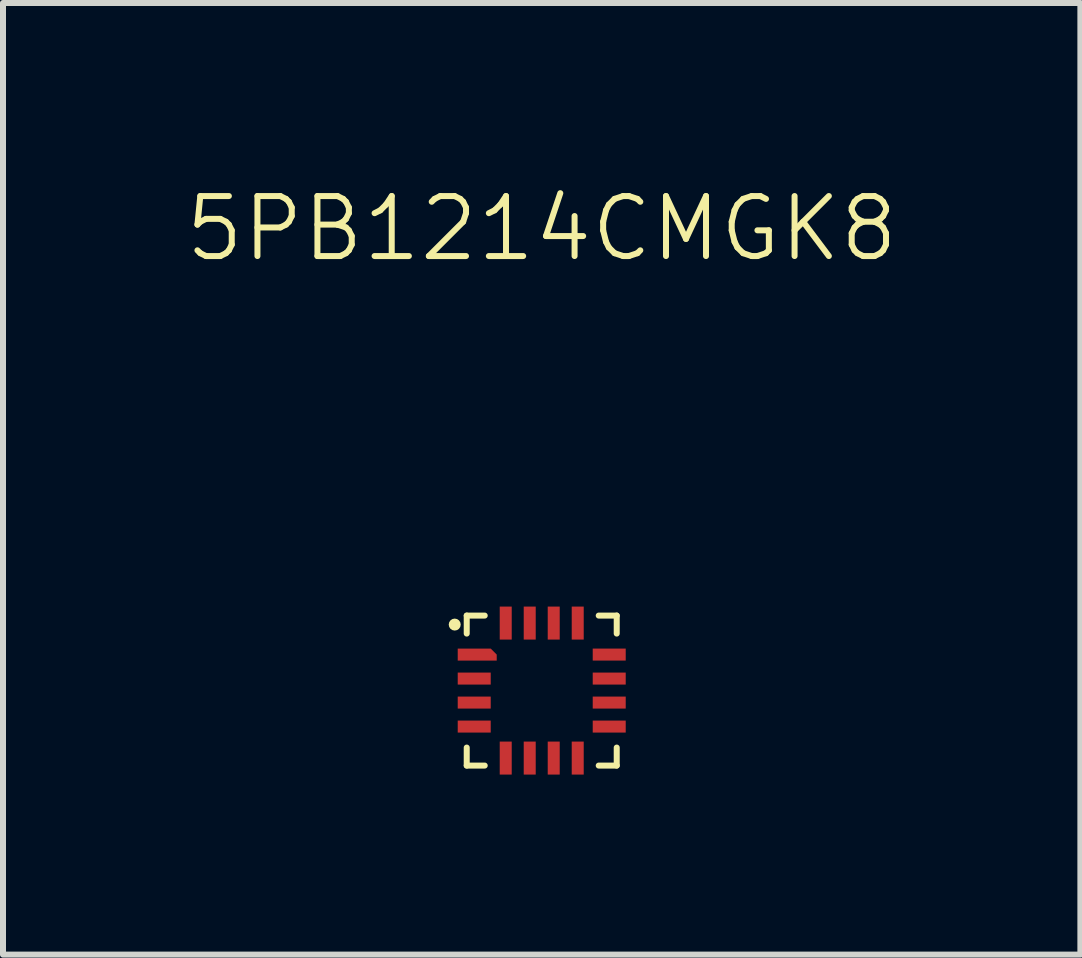
<source format=kicad_pcb>
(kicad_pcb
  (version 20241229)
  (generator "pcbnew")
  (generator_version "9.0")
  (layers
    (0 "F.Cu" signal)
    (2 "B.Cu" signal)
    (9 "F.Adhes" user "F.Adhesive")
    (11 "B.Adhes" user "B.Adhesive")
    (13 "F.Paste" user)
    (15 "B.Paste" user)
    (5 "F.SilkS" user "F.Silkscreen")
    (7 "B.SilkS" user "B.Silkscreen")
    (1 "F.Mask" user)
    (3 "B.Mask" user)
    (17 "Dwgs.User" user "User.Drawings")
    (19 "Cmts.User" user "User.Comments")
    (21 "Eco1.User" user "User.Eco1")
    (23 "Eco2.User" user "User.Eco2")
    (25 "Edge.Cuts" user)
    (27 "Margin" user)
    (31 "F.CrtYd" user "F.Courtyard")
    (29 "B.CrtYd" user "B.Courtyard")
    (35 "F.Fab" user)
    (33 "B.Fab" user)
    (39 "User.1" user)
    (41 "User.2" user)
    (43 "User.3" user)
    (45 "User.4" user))
  (footprint "5PB1214CMGK8"
    (layer "F.Cu")
    (at 5.979 8.46)
    (property "Reference" "5PB1214CMGK8" (at 0 -7.7 0) (unlocked yes) (layer "F.SilkS") (effects (font (size 1 1) (thickness 0.1))))
    (attr smd)
    (fp_line (start -1.25 -1.25) (end -0.95 -1.25) (stroke (width 0.1) (type default)) (layer "F.SilkS"))
    (fp_line (start -1.25 -0.95) (end -1.25 -1.25) (stroke (width 0.1) (type default)) (layer "F.SilkS"))
    (fp_line (start -1.25 1.25) (end -1.25 0.95) (stroke (width 0.1) (type default)) (layer "F.SilkS"))
    (fp_line (start -0.95 1.25) (end -1.25 1.25) (stroke (width 0.1) (type default)) (layer "F.SilkS"))
    (fp_line (start 0.95 -1.25) (end 1.25 -1.25) (stroke (width 0.1) (type default)) (layer "F.SilkS"))
    (fp_line (start 1.25 -1.25) (end 1.25 -0.95) (stroke (width 0.1) (type default)) (layer "F.SilkS"))
    (fp_line (start 1.25 0.95) (end 1.25 1.25) (stroke (width 0.1) (type default)) (layer "F.SilkS"))
    (fp_line (start 1.25 1.25) (end 0.95 1.25) (stroke (width 0.1) (type default)) (layer "F.SilkS"))
    (fp_circle (center -1.45 -1.1) (end -1.4 -1.1) (stroke (width 0.1) (type default)) (fill no) (layer "F.SilkS"))
    (pad "1" smd roundrect (at -1.075 -0.6 90) (size 0.2 0.65) (layers "F.Cu" "F.Mask" "F.Paste") (roundrect_rratio 0) (chamfer_ratio 0.5) (chamfer bottom_right))
    (pad "2" smd rect (at -1.125 -0.2 90) (size 0.2 0.55) (layers "F.Cu" "F.Mask" "F.Paste"))
    (pad "3" smd rect (at -1.125 0.2 90) (size 0.2 0.55) (layers "F.Cu" "F.Mask" "F.Paste"))
    (pad "4" smd rect (at -1.125 0.6 90) (size 0.2 0.55) (layers "F.Cu" "F.Mask" "F.Paste"))
    (pad "5" smd rect (at -0.6 1.125 180) (size 0.2 0.55) (layers "F.Cu" "F.Mask" "F.Paste"))
    (pad "6" smd rect (at -0.2 1.125 180) (size 0.2 0.55) (layers "F.Cu" "F.Mask" "F.Paste"))
    (pad "7" smd rect (at 0.2 1.125 180) (size 0.2 0.55) (layers "F.Cu" "F.Mask" "F.Paste"))
    (pad "8" smd rect (at 0.6 1.125 180) (size 0.2 0.55) (layers "F.Cu" "F.Mask" "F.Paste"))
    (pad "9" smd rect (at 1.125 0.6 270) (size 0.2 0.55) (layers "F.Cu" "F.Mask" "F.Paste"))
    (pad "10" smd rect (at 1.125 0.2 270) (size 0.2 0.55) (layers "F.Cu" "F.Mask" "F.Paste"))
    (pad "11" smd rect (at 1.125 -0.2 270) (size 0.2 0.55) (layers "F.Cu" "F.Mask" "F.Paste"))
    (pad "12" smd rect (at 1.125 -0.6 270) (size 0.2 0.55) (layers "F.Cu" "F.Mask" "F.Paste"))
    (pad "13" smd rect (at 0.6 -1.125) (size 0.2 0.55) (layers "F.Cu" "F.Mask" "F.Paste"))
    (pad "14" smd rect (at 0.2 -1.125) (size 0.2 0.55) (layers "F.Cu" "F.Mask" "F.Paste"))
    (pad "15" smd rect (at -0.2 -1.125) (size 0.2 0.55) (layers "F.Cu" "F.Mask" "F.Paste"))
    (pad "16" smd rect (at -0.6 -1.125) (size 0.2 0.55) (layers "F.Cu" "F.Mask" "F.Paste")))
  (gr_rect
    (start -3 -3)
    (end 14.957 12.861)
    (stroke (width 0.1) (type default))
    (fill no)
    (layer "Edge.Cuts")))
</source>
